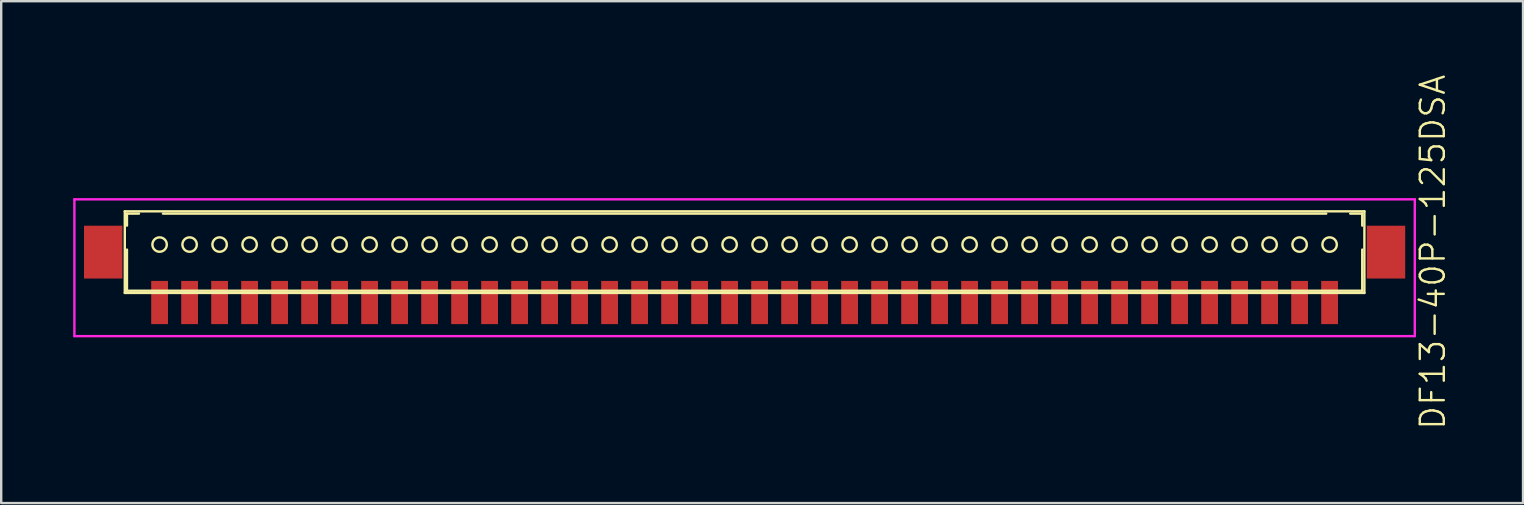
<source format=kicad_pcb>
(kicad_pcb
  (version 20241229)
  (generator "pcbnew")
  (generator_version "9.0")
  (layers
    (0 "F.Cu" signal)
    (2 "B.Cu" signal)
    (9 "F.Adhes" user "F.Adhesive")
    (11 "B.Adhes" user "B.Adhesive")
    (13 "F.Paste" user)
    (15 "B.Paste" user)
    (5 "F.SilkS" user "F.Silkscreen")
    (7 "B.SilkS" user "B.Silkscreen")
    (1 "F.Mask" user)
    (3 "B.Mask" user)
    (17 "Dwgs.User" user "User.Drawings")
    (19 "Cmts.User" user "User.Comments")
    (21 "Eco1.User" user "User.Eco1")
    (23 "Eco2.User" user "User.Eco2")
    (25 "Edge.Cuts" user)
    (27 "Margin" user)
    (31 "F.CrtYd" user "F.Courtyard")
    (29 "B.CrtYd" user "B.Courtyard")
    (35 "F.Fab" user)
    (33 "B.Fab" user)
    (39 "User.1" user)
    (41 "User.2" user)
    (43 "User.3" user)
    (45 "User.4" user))
  (footprint "DF13-40P-125DSA"
    (layer "F.Cu")
    (at 27.975 9.555)
    (property "Reference" "DF13-40P-125DSA" (at 28.675 -2.1 90) (layer "F.SilkS") (effects (font (size 1 1) (thickness 0.1))))
    (attr through_hole)
    (fp_line (start -25.825 -3.8) (end -25.825 -0.4) (stroke (width 0.1) (type solid)) (layer "F.SilkS"))
    (fp_line (start -25.825 -3.8) (end 25.825 -3.8) (stroke (width 0.1) (type solid)) (layer "F.SilkS"))
    (fp_line (start -25.825 -0.4) (end 25.825 -0.4) (stroke (width 0.1) (type solid)) (layer "F.SilkS"))
    (fp_line (start -25.735 -3.705) (end -25.735 -3.205) (stroke (width 0.1) (type solid)) (layer "F.SilkS"))
    (fp_line (start -25.735 -3.705) (end -25.235 -3.705) (stroke (width 0.1) (type solid)) (layer "F.SilkS"))
    (fp_line (start -25.735 -2.205) (end -25.735 -0.49) (stroke (width 0.1) (type solid)) (layer "F.SilkS"))
    (fp_line (start -25.735 -0.49) (end 25.735 -0.49) (stroke (width 0.1) (type solid)) (layer "F.SilkS"))
    (fp_line (start -24.235 -3.705) (end 24.235 -3.705) (stroke (width 0.1) (type solid)) (layer "F.SilkS"))
    (fp_line (start 25.235 -3.705) (end 25.735 -3.705) (stroke (width 0.1) (type solid)) (layer "F.SilkS"))
    (fp_line (start 25.735 -3.705) (end 25.735 -3.205) (stroke (width 0.1) (type solid)) (layer "F.SilkS"))
    (fp_line (start 25.735 -2.205) (end 25.735 -0.49) (stroke (width 0.1) (type solid)) (layer "F.SilkS"))
    (fp_line (start 25.825 -3.8) (end 25.825 -0.4) (stroke (width 0.1) (type solid)) (layer "F.SilkS"))
    (fp_circle (center -24.375 -2.415) (end -24.075 -2.415) (stroke (width 0.1) (type solid)) (fill no) (layer "F.SilkS"))
    (fp_circle (center -23.125 -2.415) (end -22.825 -2.415) (stroke (width 0.1) (type solid)) (fill no) (layer "F.SilkS"))
    (fp_circle (center -21.875 -2.415) (end -21.575 -2.415) (stroke (width 0.1) (type solid)) (fill no) (layer "F.SilkS"))
    (fp_circle (center -20.625 -2.415) (end -20.325 -2.415) (stroke (width 0.1) (type solid)) (fill no) (layer "F.SilkS"))
    (fp_circle (center -19.375 -2.415) (end -19.075 -2.415) (stroke (width 0.1) (type solid)) (fill no) (layer "F.SilkS"))
    (fp_circle (center -18.125 -2.415) (end -17.825 -2.415) (stroke (width 0.1) (type solid)) (fill no) (layer "F.SilkS"))
    (fp_circle (center -16.875 -2.415) (end -16.575 -2.415) (stroke (width 0.1) (type solid)) (fill no) (layer "F.SilkS"))
    (fp_circle (center -15.625 -2.415) (end -15.325 -2.415) (stroke (width 0.1) (type solid)) (fill no) (layer "F.SilkS"))
    (fp_circle (center -14.375 -2.415) (end -14.075 -2.415) (stroke (width 0.1) (type solid)) (fill no) (layer "F.SilkS"))
    (fp_circle (center -13.125 -2.415) (end -12.825 -2.415) (stroke (width 0.1) (type solid)) (fill no) (layer "F.SilkS"))
    (fp_circle (center -11.875 -2.415) (end -11.575 -2.415) (stroke (width 0.1) (type solid)) (fill no) (layer "F.SilkS"))
    (fp_circle (center -10.625 -2.415) (end -10.325 -2.415) (stroke (width 0.1) (type solid)) (fill no) (layer "F.SilkS"))
    (fp_circle (center -9.375 -2.415) (end -9.075 -2.415) (stroke (width 0.1) (type solid)) (fill no) (layer "F.SilkS"))
    (fp_circle (center -8.125 -2.415) (end -7.825 -2.415) (stroke (width 0.1) (type solid)) (fill no) (layer "F.SilkS"))
    (fp_circle (center -6.875 -2.415) (end -6.575 -2.415) (stroke (width 0.1) (type solid)) (fill no) (layer "F.SilkS"))
    (fp_circle (center -5.625 -2.415) (end -5.325 -2.415) (stroke (width 0.1) (type solid)) (fill no) (layer "F.SilkS"))
    (fp_circle (center -4.375 -2.415) (end -4.075 -2.415) (stroke (width 0.1) (type solid)) (fill no) (layer "F.SilkS"))
    (fp_circle (center -3.125 -2.415) (end -2.825 -2.415) (stroke (width 0.1) (type solid)) (fill no) (layer "F.SilkS"))
    (fp_circle (center -1.875 -2.415) (end -1.575 -2.415) (stroke (width 0.1) (type solid)) (fill no) (layer "F.SilkS"))
    (fp_circle (center -0.625 -2.415) (end -0.325 -2.415) (stroke (width 0.1) (type solid)) (fill no) (layer "F.SilkS"))
    (fp_circle (center 0.625 -2.415) (end 0.925 -2.415) (stroke (width 0.1) (type solid)) (fill no) (layer "F.SilkS"))
    (fp_circle (center 1.875 -2.415) (end 2.175 -2.415) (stroke (width 0.1) (type solid)) (fill no) (layer "F.SilkS"))
    (fp_circle (center 3.125 -2.415) (end 3.425 -2.415) (stroke (width 0.1) (type solid)) (fill no) (layer "F.SilkS"))
    (fp_circle (center 4.375 -2.415) (end 4.675 -2.415) (stroke (width 0.1) (type solid)) (fill no) (layer "F.SilkS"))
    (fp_circle (center 5.625 -2.415) (end 5.925 -2.415) (stroke (width 0.1) (type solid)) (fill no) (layer "F.SilkS"))
    (fp_circle (center 6.875 -2.415) (end 7.175 -2.415) (stroke (width 0.1) (type solid)) (fill no) (layer "F.SilkS"))
    (fp_circle (center 8.125 -2.415) (end 8.425 -2.415) (stroke (width 0.1) (type solid)) (fill no) (layer "F.SilkS"))
    (fp_circle (center 9.375 -2.415) (end 9.675 -2.415) (stroke (width 0.1) (type solid)) (fill no) (layer "F.SilkS"))
    (fp_circle (center 10.625 -2.415) (end 10.925 -2.415) (stroke (width 0.1) (type solid)) (fill no) (layer "F.SilkS"))
    (fp_circle (center 11.875 -2.415) (end 12.175 -2.415) (stroke (width 0.1) (type solid)) (fill no) (layer "F.SilkS"))
    (fp_circle (center 13.125 -2.415) (end 13.425 -2.415) (stroke (width 0.1) (type solid)) (fill no) (layer "F.SilkS"))
    (fp_circle (center 14.375 -2.415) (end 14.675 -2.415) (stroke (width 0.1) (type solid)) (fill no) (layer "F.SilkS"))
    (fp_circle (center 15.625 -2.415) (end 15.925 -2.415) (stroke (width 0.1) (type solid)) (fill no) (layer "F.SilkS"))
    (fp_circle (center 16.875 -2.415) (end 17.175 -2.415) (stroke (width 0.1) (type solid)) (fill no) (layer "F.SilkS"))
    (fp_circle (center 18.125 -2.415) (end 18.425 -2.415) (stroke (width 0.1) (type solid)) (fill no) (layer "F.SilkS"))
    (fp_circle (center 19.375 -2.415) (end 19.675 -2.415) (stroke (width 0.1) (type solid)) (fill no) (layer "F.SilkS"))
    (fp_circle (center 20.625 -2.415) (end 20.925 -2.415) (stroke (width 0.1) (type solid)) (fill no) (layer "F.SilkS"))
    (fp_circle (center 21.875 -2.415) (end 22.175 -2.415) (stroke (width 0.1) (type solid)) (fill no) (layer "F.SilkS"))
    (fp_circle (center 23.125 -2.415) (end 23.425 -2.415) (stroke (width 0.1) (type solid)) (fill no) (layer "F.SilkS"))
    (fp_circle (center 24.375 -2.415) (end 24.675 -2.415) (stroke (width 0.1) (type solid)) (fill no) (layer "F.SilkS"))
    (fp_line (start -27.925 -4.3) (end -27.925 1.4) (stroke (width 0.1) (type solid)) (layer "F.CrtYd"))
    (fp_line (start -27.925 1.4) (end 27.925 1.4) (stroke (width 0.1) (type solid)) (layer "F.CrtYd"))
    (fp_line (start 27.925 -4.3) (end -27.925 -4.3) (stroke (width 0.1) (type solid)) (layer "F.CrtYd"))
    (fp_line (start 27.925 1.4) (end 27.925 -4.3) (stroke (width 0.1) (type solid)) (layer "F.CrtYd"))
    (pad "1" smd rect (at -24.375 0) (size 0.7 1.8) (layers "F.Cu" "F.Mask" "F.Paste"))
    (pad "2" smd rect (at -23.125 0) (size 0.7 1.8) (layers "F.Cu" "F.Mask" "F.Paste"))
    (pad "3" smd rect (at -21.875 0) (size 0.7 1.8) (layers "F.Cu" "F.Mask" "F.Paste"))
    (pad "4" smd rect (at -20.625 0) (size 0.7 1.8) (layers "F.Cu" "F.Mask" "F.Paste"))
    (pad "5" smd rect (at -19.375 0) (size 0.7 1.8) (layers "F.Cu" "F.Mask" "F.Paste"))
    (pad "6" smd rect (at -18.125 0) (size 0.7 1.8) (layers "F.Cu" "F.Mask" "F.Paste"))
    (pad "7" smd rect (at -16.875 0) (size 0.7 1.8) (layers "F.Cu" "F.Mask" "F.Paste"))
    (pad "8" smd rect (at -15.625 0) (size 0.7 1.8) (layers "F.Cu" "F.Mask" "F.Paste"))
    (pad "9" smd rect (at -14.375 0) (size 0.7 1.8) (layers "F.Cu" "F.Mask" "F.Paste"))
    (pad "10" smd rect (at -13.125 0) (size 0.7 1.8) (layers "F.Cu" "F.Mask" "F.Paste"))
    (pad "11" smd rect (at -11.875 0) (size 0.7 1.8) (layers "F.Cu" "F.Mask" "F.Paste"))
    (pad "12" smd rect (at -10.625 0) (size 0.7 1.8) (layers "F.Cu" "F.Mask" "F.Paste"))
    (pad "13" smd rect (at -9.375 0) (size 0.7 1.8) (layers "F.Cu" "F.Mask" "F.Paste"))
    (pad "14" smd rect (at -8.125 0) (size 0.7 1.8) (layers "F.Cu" "F.Mask" "F.Paste"))
    (pad "15" smd rect (at -6.875 0) (size 0.7 1.8) (layers "F.Cu" "F.Mask" "F.Paste"))
    (pad "16" smd rect (at -5.625 0) (size 0.7 1.8) (layers "F.Cu" "F.Mask" "F.Paste"))
    (pad "17" smd rect (at -4.375 0) (size 0.7 1.8) (layers "F.Cu" "F.Mask" "F.Paste"))
    (pad "18" smd rect (at -3.125 0) (size 0.7 1.8) (layers "F.Cu" "F.Mask" "F.Paste"))
    (pad "19" smd rect (at -1.875 0) (size 0.7 1.8) (layers "F.Cu" "F.Mask" "F.Paste"))
    (pad "20" smd rect (at -0.625 0) (size 0.7 1.8) (layers "F.Cu" "F.Mask" "F.Paste"))
    (pad "21" smd rect (at 0.625 0) (size 0.7 1.8) (layers "F.Cu" "F.Mask" "F.Paste"))
    (pad "22" smd rect (at 1.875 0) (size 0.7 1.8) (layers "F.Cu" "F.Mask" "F.Paste"))
    (pad "23" smd rect (at 3.125 0) (size 0.7 1.8) (layers "F.Cu" "F.Mask" "F.Paste"))
    (pad "24" smd rect (at 4.375 0) (size 0.7 1.8) (layers "F.Cu" "F.Mask" "F.Paste"))
    (pad "25" smd rect (at 5.625 0) (size 0.7 1.8) (layers "F.Cu" "F.Mask" "F.Paste"))
    (pad "26" smd rect (at 6.875 0) (size 0.7 1.8) (layers "F.Cu" "F.Mask" "F.Paste"))
    (pad "27" smd rect (at 8.125 0) (size 0.7 1.8) (layers "F.Cu" "F.Mask" "F.Paste"))
    (pad "28" smd rect (at 9.375 0) (size 0.7 1.8) (layers "F.Cu" "F.Mask" "F.Paste"))
    (pad "29" smd rect (at 10.625 0) (size 0.7 1.8) (layers "F.Cu" "F.Mask" "F.Paste"))
    (pad "30" smd rect (at 11.875 0) (size 0.7 1.8) (layers "F.Cu" "F.Mask" "F.Paste"))
    (pad "31" smd rect (at 13.125 0) (size 0.7 1.8) (layers "F.Cu" "F.Mask" "F.Paste"))
    (pad "32" smd rect (at 14.375 0) (size 0.7 1.8) (layers "F.Cu" "F.Mask" "F.Paste"))
    (pad "33" smd rect (at 15.625 0) (size 0.7 1.8) (layers "F.Cu" "F.Mask" "F.Paste"))
    (pad "34" smd rect (at 16.875 0) (size 0.7 1.8) (layers "F.Cu" "F.Mask" "F.Paste"))
    (pad "35" smd rect (at 18.125 0) (size 0.7 1.8) (layers "F.Cu" "F.Mask" "F.Paste"))
    (pad "36" smd rect (at 19.375 0) (size 0.7 1.8) (layers "F.Cu" "F.Mask" "F.Paste"))
    (pad "37" smd rect (at 20.625 0) (size 0.7 1.8) (layers "F.Cu" "F.Mask" "F.Paste"))
    (pad "38" smd rect (at 21.875 0) (size 0.7 1.8) (layers "F.Cu" "F.Mask" "F.Paste"))
    (pad "39" smd rect (at 23.125 0) (size 0.7 1.8) (layers "F.Cu" "F.Mask" "F.Paste"))
    (pad "40" smd rect (at 24.375 0) (size 0.7 1.8) (layers "F.Cu" "F.Mask" "F.Paste"))
    (pad "S" smd rect (at -26.725 -2.1) (size 1.6 2.2) (layers "F.Cu" "F.Mask" "F.Paste"))
    (pad "S" smd rect (at 26.725 -2.1) (size 1.6 2.2) (layers "F.Cu" "F.Mask" "F.Paste")))
  (gr_rect
    (start -3 -3)
    (end 60.41 17.91)
    (stroke (width 0.1) (type default))
    (fill no)
    (layer "Edge.Cuts")))
</source>
